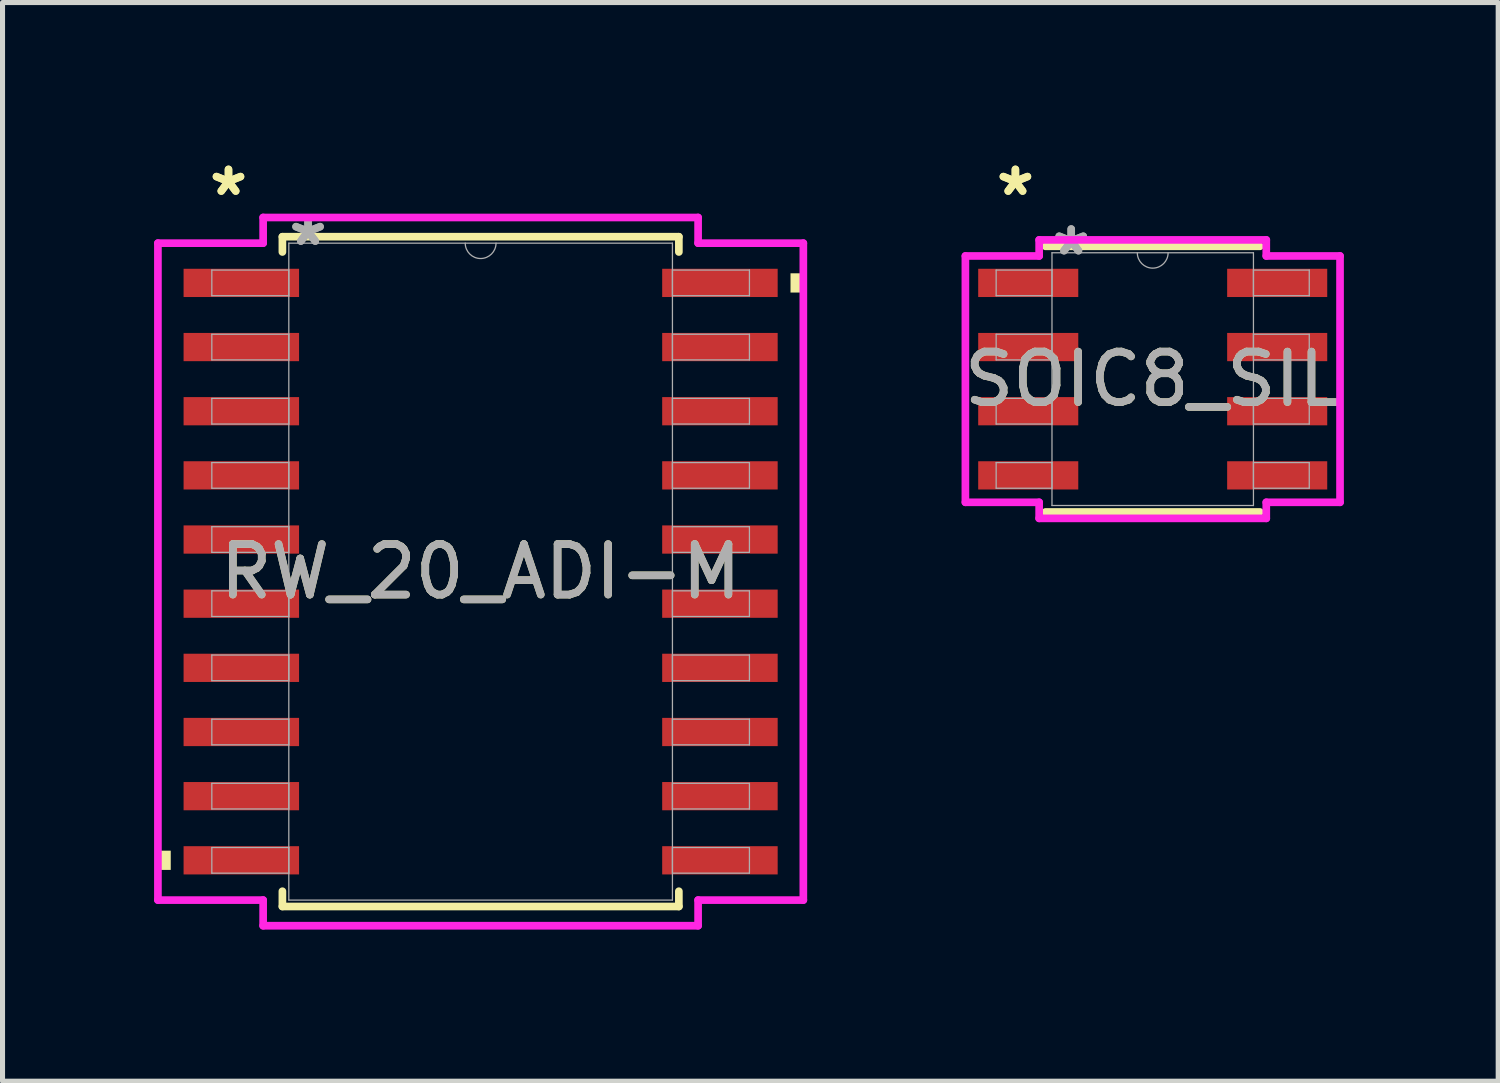
<source format=kicad_pcb>
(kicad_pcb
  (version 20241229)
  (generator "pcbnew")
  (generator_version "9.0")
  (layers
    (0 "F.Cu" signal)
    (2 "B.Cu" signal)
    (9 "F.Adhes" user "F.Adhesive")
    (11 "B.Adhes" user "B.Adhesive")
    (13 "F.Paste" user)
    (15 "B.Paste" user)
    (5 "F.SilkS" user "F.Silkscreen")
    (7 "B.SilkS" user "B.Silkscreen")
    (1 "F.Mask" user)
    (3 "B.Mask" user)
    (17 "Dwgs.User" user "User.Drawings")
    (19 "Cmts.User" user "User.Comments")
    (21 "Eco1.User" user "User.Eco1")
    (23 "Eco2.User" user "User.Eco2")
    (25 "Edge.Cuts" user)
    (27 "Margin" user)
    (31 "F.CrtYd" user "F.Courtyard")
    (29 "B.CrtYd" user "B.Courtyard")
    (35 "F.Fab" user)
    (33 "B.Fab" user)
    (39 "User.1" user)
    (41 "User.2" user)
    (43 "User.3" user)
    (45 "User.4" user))
  (footprint "RW_20_ADI-M"
    (layer "F.Cu")
    (at 6.464 8.265)
    (property "Reference" "RW_20_ADI-M" (at 0 0 0) (unlocked yes) (layer "F.SilkS") (effects (font (size 1 1) (thickness 0.15))))
    (attr smd)
    (fp_line (start -3.924 -6.629) (end -3.924 -6.327) (stroke (width 0.152) (type solid)) (layer "F.SilkS"))
    (fp_line (start -3.924 6.327) (end -3.924 6.629) (stroke (width 0.152) (type solid)) (layer "F.SilkS"))
    (fp_line (start -3.924 6.629) (end 3.924 6.629) (stroke (width 0.152) (type solid)) (layer "F.SilkS"))
    (fp_line (start 3.924 -6.629) (end -3.924 -6.629) (stroke (width 0.152) (type solid)) (layer "F.SilkS"))
    (fp_line (start 3.924 -6.327) (end 3.924 -6.629) (stroke (width 0.152) (type solid)) (layer "F.SilkS"))
    (fp_line (start 3.924 6.629) (end 3.924 6.327) (stroke (width 0.152) (type solid)) (layer "F.SilkS"))
    (fp_poly (pts (xy -6.388 5.524) (xy -6.388 5.905) (xy -6.134 5.905) (xy -6.134 5.524)) (stroke (width 0) (type solid)) (fill yes) (layer "F.SilkS"))
    (fp_poly (pts (xy 6.388 -5.905) (xy 6.388 -5.524) (xy 6.134 -5.524) (xy 6.134 -5.905)) (stroke (width 0) (type solid)) (fill yes) (layer "F.SilkS"))
    (fp_line (start -6.388 -6.502) (end -4.305 -6.502) (stroke (width 0.152) (type solid)) (layer "F.CrtYd"))
    (fp_line (start -6.388 6.502) (end -6.388 -6.502) (stroke (width 0.152) (type solid)) (layer "F.CrtYd"))
    (fp_line (start -6.388 6.502) (end -4.305 6.502) (stroke (width 0.152) (type solid)) (layer "F.CrtYd"))
    (fp_line (start -4.305 -7.01) (end 4.305 -7.01) (stroke (width 0.152) (type solid)) (layer "F.CrtYd"))
    (fp_line (start -4.305 -6.502) (end -4.305 -7.01) (stroke (width 0.152) (type solid)) (layer "F.CrtYd"))
    (fp_line (start -4.305 7.01) (end -4.305 6.502) (stroke (width 0.152) (type solid)) (layer "F.CrtYd"))
    (fp_line (start 4.305 -7.01) (end 4.305 -6.502) (stroke (width 0.152) (type solid)) (layer "F.CrtYd"))
    (fp_line (start 4.305 6.502) (end 4.305 7.01) (stroke (width 0.152) (type solid)) (layer "F.CrtYd"))
    (fp_line (start 4.305 7.01) (end -4.305 7.01) (stroke (width 0.152) (type solid)) (layer "F.CrtYd"))
    (fp_line (start 6.388 -6.502) (end 4.305 -6.502) (stroke (width 0.152) (type solid)) (layer "F.CrtYd"))
    (fp_line (start 6.388 -6.502) (end 6.388 6.502) (stroke (width 0.152) (type solid)) (layer "F.CrtYd"))
    (fp_line (start 6.388 6.502) (end 4.305 6.502) (stroke (width 0.152) (type solid)) (layer "F.CrtYd"))
    (fp_line (start -5.321 -5.969) (end -5.321 -5.461) (stroke (width 0.025) (type solid)) (layer "F.Fab"))
    (fp_line (start -5.321 -5.461) (end -3.797 -5.461) (stroke (width 0.025) (type solid)) (layer "F.Fab"))
    (fp_line (start -5.321 -4.699) (end -5.321 -4.191) (stroke (width 0.025) (type solid)) (layer "F.Fab"))
    (fp_line (start -5.321 -4.191) (end -3.797 -4.191) (stroke (width 0.025) (type solid)) (layer "F.Fab"))
    (fp_line (start -5.321 -3.429) (end -5.321 -2.921) (stroke (width 0.025) (type solid)) (layer "F.Fab"))
    (fp_line (start -5.321 -2.921) (end -3.797 -2.921) (stroke (width 0.025) (type solid)) (layer "F.Fab"))
    (fp_line (start -5.321 -2.159) (end -5.321 -1.651) (stroke (width 0.025) (type solid)) (layer "F.Fab"))
    (fp_line (start -5.321 -1.651) (end -3.797 -1.651) (stroke (width 0.025) (type solid)) (layer "F.Fab"))
    (fp_line (start -5.321 -0.889) (end -5.321 -0.381) (stroke (width 0.025) (type solid)) (layer "F.Fab"))
    (fp_line (start -5.321 -0.381) (end -3.797 -0.381) (stroke (width 0.025) (type solid)) (layer "F.Fab"))
    (fp_line (start -5.321 0.381) (end -5.321 0.889) (stroke (width 0.025) (type solid)) (layer "F.Fab"))
    (fp_line (start -5.321 0.889) (end -3.797 0.889) (stroke (width 0.025) (type solid)) (layer "F.Fab"))
    (fp_line (start -5.321 1.651) (end -5.321 2.159) (stroke (width 0.025) (type solid)) (layer "F.Fab"))
    (fp_line (start -5.321 2.159) (end -3.797 2.159) (stroke (width 0.025) (type solid)) (layer "F.Fab"))
    (fp_line (start -5.321 2.921) (end -5.321 3.429) (stroke (width 0.025) (type solid)) (layer "F.Fab"))
    (fp_line (start -5.321 3.429) (end -3.797 3.429) (stroke (width 0.025) (type solid)) (layer "F.Fab"))
    (fp_line (start -5.321 4.191) (end -5.321 4.699) (stroke (width 0.025) (type solid)) (layer "F.Fab"))
    (fp_line (start -5.321 4.699) (end -3.797 4.699) (stroke (width 0.025) (type solid)) (layer "F.Fab"))
    (fp_line (start -5.321 5.461) (end -5.321 5.969) (stroke (width 0.025) (type solid)) (layer "F.Fab"))
    (fp_line (start -5.321 5.969) (end -3.797 5.969) (stroke (width 0.025) (type solid)) (layer "F.Fab"))
    (fp_line (start -3.797 -6.502) (end -3.797 6.502) (stroke (width 0.025) (type solid)) (layer "F.Fab"))
    (fp_line (start -3.797 -5.969) (end -5.321 -5.969) (stroke (width 0.025) (type solid)) (layer "F.Fab"))
    (fp_line (start -3.797 -5.461) (end -3.797 -5.969) (stroke (width 0.025) (type solid)) (layer "F.Fab"))
    (fp_line (start -3.797 -4.699) (end -5.321 -4.699) (stroke (width 0.025) (type solid)) (layer "F.Fab"))
    (fp_line (start -3.797 -4.191) (end -3.797 -4.699) (stroke (width 0.025) (type solid)) (layer "F.Fab"))
    (fp_line (start -3.797 -3.429) (end -5.321 -3.429) (stroke (width 0.025) (type solid)) (layer "F.Fab"))
    (fp_line (start -3.797 -2.921) (end -3.797 -3.429) (stroke (width 0.025) (type solid)) (layer "F.Fab"))
    (fp_line (start -3.797 -2.159) (end -5.321 -2.159) (stroke (width 0.025) (type solid)) (layer "F.Fab"))
    (fp_line (start -3.797 -1.651) (end -3.797 -2.159) (stroke (width 0.025) (type solid)) (layer "F.Fab"))
    (fp_line (start -3.797 -0.889) (end -5.321 -0.889) (stroke (width 0.025) (type solid)) (layer "F.Fab"))
    (fp_line (start -3.797 -0.381) (end -3.797 -0.889) (stroke (width 0.025) (type solid)) (layer "F.Fab"))
    (fp_line (start -3.797 0.381) (end -5.321 0.381) (stroke (width 0.025) (type solid)) (layer "F.Fab"))
    (fp_line (start -3.797 0.889) (end -3.797 0.381) (stroke (width 0.025) (type solid)) (layer "F.Fab"))
    (fp_line (start -3.797 1.651) (end -5.321 1.651) (stroke (width 0.025) (type solid)) (layer "F.Fab"))
    (fp_line (start -3.797 2.159) (end -3.797 1.651) (stroke (width 0.025) (type solid)) (layer "F.Fab"))
    (fp_line (start -3.797 2.921) (end -5.321 2.921) (stroke (width 0.025) (type solid)) (layer "F.Fab"))
    (fp_line (start -3.797 3.429) (end -3.797 2.921) (stroke (width 0.025) (type solid)) (layer "F.Fab"))
    (fp_line (start -3.797 4.191) (end -5.321 4.191) (stroke (width 0.025) (type solid)) (layer "F.Fab"))
    (fp_line (start -3.797 4.699) (end -3.797 4.191) (stroke (width 0.025) (type solid)) (layer "F.Fab"))
    (fp_line (start -3.797 5.461) (end -5.321 5.461) (stroke (width 0.025) (type solid)) (layer "F.Fab"))
    (fp_line (start -3.797 5.969) (end -3.797 5.461) (stroke (width 0.025) (type solid)) (layer "F.Fab"))
    (fp_line (start -3.797 6.502) (end 3.797 6.502) (stroke (width 0.025) (type solid)) (layer "F.Fab"))
    (fp_line (start 3.797 -6.502) (end -3.797 -6.502) (stroke (width 0.025) (type solid)) (layer "F.Fab"))
    (fp_line (start 3.797 -5.969) (end 3.797 -5.461) (stroke (width 0.025) (type solid)) (layer "F.Fab"))
    (fp_line (start 3.797 -5.461) (end 5.321 -5.461) (stroke (width 0.025) (type solid)) (layer "F.Fab"))
    (fp_line (start 3.797 -4.699) (end 3.797 -4.191) (stroke (width 0.025) (type solid)) (layer "F.Fab"))
    (fp_line (start 3.797 -4.191) (end 5.321 -4.191) (stroke (width 0.025) (type solid)) (layer "F.Fab"))
    (fp_line (start 3.797 -3.429) (end 3.797 -2.921) (stroke (width 0.025) (type solid)) (layer "F.Fab"))
    (fp_line (start 3.797 -2.921) (end 5.321 -2.921) (stroke (width 0.025) (type solid)) (layer "F.Fab"))
    (fp_line (start 3.797 -2.159) (end 3.797 -1.651) (stroke (width 0.025) (type solid)) (layer "F.Fab"))
    (fp_line (start 3.797 -1.651) (end 5.321 -1.651) (stroke (width 0.025) (type solid)) (layer "F.Fab"))
    (fp_line (start 3.797 -0.889) (end 3.797 -0.381) (stroke (width 0.025) (type solid)) (layer "F.Fab"))
    (fp_line (start 3.797 -0.381) (end 5.321 -0.381) (stroke (width 0.025) (type solid)) (layer "F.Fab"))
    (fp_line (start 3.797 0.381) (end 3.797 0.889) (stroke (width 0.025) (type solid)) (layer "F.Fab"))
    (fp_line (start 3.797 0.889) (end 5.321 0.889) (stroke (width 0.025) (type solid)) (layer "F.Fab"))
    (fp_line (start 3.797 1.651) (end 3.797 2.159) (stroke (width 0.025) (type solid)) (layer "F.Fab"))
    (fp_line (start 3.797 2.159) (end 5.321 2.159) (stroke (width 0.025) (type solid)) (layer "F.Fab"))
    (fp_line (start 3.797 2.921) (end 3.797 3.429) (stroke (width 0.025) (type solid)) (layer "F.Fab"))
    (fp_line (start 3.797 3.429) (end 5.321 3.429) (stroke (width 0.025) (type solid)) (layer "F.Fab"))
    (fp_line (start 3.797 4.191) (end 3.797 4.699) (stroke (width 0.025) (type solid)) (layer "F.Fab"))
    (fp_line (start 3.797 4.699) (end 5.321 4.699) (stroke (width 0.025) (type solid)) (layer "F.Fab"))
    (fp_line (start 3.797 5.461) (end 3.797 5.969) (stroke (width 0.025) (type solid)) (layer "F.Fab"))
    (fp_line (start 3.797 5.969) (end 5.321 5.969) (stroke (width 0.025) (type solid)) (layer "F.Fab"))
    (fp_line (start 3.797 6.502) (end 3.797 -6.502) (stroke (width 0.025) (type solid)) (layer "F.Fab"))
    (fp_line (start 5.321 -5.969) (end 3.797 -5.969) (stroke (width 0.025) (type solid)) (layer "F.Fab"))
    (fp_line (start 5.321 -5.461) (end 5.321 -5.969) (stroke (width 0.025) (type solid)) (layer "F.Fab"))
    (fp_line (start 5.321 -4.699) (end 3.797 -4.699) (stroke (width 0.025) (type solid)) (layer "F.Fab"))
    (fp_line (start 5.321 -4.191) (end 5.321 -4.699) (stroke (width 0.025) (type solid)) (layer "F.Fab"))
    (fp_line (start 5.321 -3.429) (end 3.797 -3.429) (stroke (width 0.025) (type solid)) (layer "F.Fab"))
    (fp_line (start 5.321 -2.921) (end 5.321 -3.429) (stroke (width 0.025) (type solid)) (layer "F.Fab"))
    (fp_line (start 5.321 -2.159) (end 3.797 -2.159) (stroke (width 0.025) (type solid)) (layer "F.Fab"))
    (fp_line (start 5.321 -1.651) (end 5.321 -2.159) (stroke (width 0.025) (type solid)) (layer "F.Fab"))
    (fp_line (start 5.321 -0.889) (end 3.797 -0.889) (stroke (width 0.025) (type solid)) (layer "F.Fab"))
    (fp_line (start 5.321 -0.381) (end 5.321 -0.889) (stroke (width 0.025) (type solid)) (layer "F.Fab"))
    (fp_line (start 5.321 0.381) (end 3.797 0.381) (stroke (width 0.025) (type solid)) (layer "F.Fab"))
    (fp_line (start 5.321 0.889) (end 5.321 0.381) (stroke (width 0.025) (type solid)) (layer "F.Fab"))
    (fp_line (start 5.321 1.651) (end 3.797 1.651) (stroke (width 0.025) (type solid)) (layer "F.Fab"))
    (fp_line (start 5.321 2.159) (end 5.321 1.651) (stroke (width 0.025) (type solid)) (layer "F.Fab"))
    (fp_line (start 5.321 2.921) (end 3.797 2.921) (stroke (width 0.025) (type solid)) (layer "F.Fab"))
    (fp_line (start 5.321 3.429) (end 5.321 2.921) (stroke (width 0.025) (type solid)) (layer "F.Fab"))
    (fp_line (start 5.321 4.191) (end 3.797 4.191) (stroke (width 0.025) (type solid)) (layer "F.Fab"))
    (fp_line (start 5.321 4.699) (end 5.321 4.191) (stroke (width 0.025) (type solid)) (layer "F.Fab"))
    (fp_line (start 5.321 5.461) (end 3.797 5.461) (stroke (width 0.025) (type solid)) (layer "F.Fab"))
    (fp_line (start 5.321 5.969) (end 5.321 5.461) (stroke (width 0.025) (type solid)) (layer "F.Fab"))
    (fp_arc (start 0.3048 -6.5024) (mid 0 -6.1976) (end -0.3048 -6.5024) (stroke (width 0.0254) (type solid)) (layer "F.Fab"))
    (fp_text user "*" (at -4.991 -7.417 0) (layer "F.SilkS") (effects (font (size 1 1) (thickness 0.15))))
    (fp_text user "*" (at -4.991 -7.417 0) (unlocked yes) (layer "F.SilkS") (effects (font (size 1 1) (thickness 0.15))))
    (fp_text user "*" (at -3.416 -6.426 0) (layer "F.Fab") (effects (font (size 1 1) (thickness 0.15))))
    (fp_text user "${REFERENCE}" (at 0 0 0) (unlocked yes) (layer "F.Fab") (effects (font (size 1 1) (thickness 0.15))))
    (fp_text user "*" (at -3.416 -6.426 0) (unlocked yes) (layer "F.Fab") (effects (font (size 1 1) (thickness 0.15))))
    (pad "1" smd rect (at -4.737 -5.715) (size 2.286 0.559) (layers "F.Cu" "F.Mask" "F.Paste"))
    (pad "2" smd rect (at -4.737 -4.445) (size 2.286 0.559) (layers "F.Cu" "F.Mask" "F.Paste"))
    (pad "3" smd rect (at -4.737 -3.175) (size 2.286 0.559) (layers "F.Cu" "F.Mask" "F.Paste"))
    (pad "4" smd rect (at -4.737 -1.905) (size 2.286 0.559) (layers "F.Cu" "F.Mask" "F.Paste"))
    (pad "5" smd rect (at -4.737 -0.635) (size 2.286 0.559) (layers "F.Cu" "F.Mask" "F.Paste"))
    (pad "6" smd rect (at -4.737 0.635) (size 2.286 0.559) (layers "F.Cu" "F.Mask" "F.Paste"))
    (pad "7" smd rect (at -4.737 1.905) (size 2.286 0.559) (layers "F.Cu" "F.Mask" "F.Paste"))
    (pad "8" smd rect (at -4.737 3.175) (size 2.286 0.559) (layers "F.Cu" "F.Mask" "F.Paste"))
    (pad "9" smd rect (at -4.737 4.445) (size 2.286 0.559) (layers "F.Cu" "F.Mask" "F.Paste"))
    (pad "10" smd rect (at -4.737 5.715) (size 2.286 0.559) (layers "F.Cu" "F.Mask" "F.Paste"))
    (pad "11" smd rect (at 4.737 5.715) (size 2.286 0.559) (layers "F.Cu" "F.Mask" "F.Paste"))
    (pad "12" smd rect (at 4.737 4.445) (size 2.286 0.559) (layers "F.Cu" "F.Mask" "F.Paste"))
    (pad "13" smd rect (at 4.737 3.175) (size 2.286 0.559) (layers "F.Cu" "F.Mask" "F.Paste"))
    (pad "14" smd rect (at 4.737 1.905) (size 2.286 0.559) (layers "F.Cu" "F.Mask" "F.Paste"))
    (pad "15" smd rect (at 4.737 0.635) (size 2.286 0.559) (layers "F.Cu" "F.Mask" "F.Paste"))
    (pad "16" smd rect (at 4.737 -0.635) (size 2.286 0.559) (layers "F.Cu" "F.Mask" "F.Paste"))
    (pad "17" smd rect (at 4.737 -1.905) (size 2.286 0.559) (layers "F.Cu" "F.Mask" "F.Paste"))
    (pad "18" smd rect (at 4.737 -3.175) (size 2.286 0.559) (layers "F.Cu" "F.Mask" "F.Paste"))
    (pad "19" smd rect (at 4.737 -4.445) (size 2.286 0.559) (layers "F.Cu" "F.Mask" "F.Paste"))
    (pad "20" smd rect (at 4.737 -5.715) (size 2.286 0.559) (layers "F.Cu" "F.Mask" "F.Paste")))
  (footprint "SOIC8_SIL"
    (layer "F.Cu")
    (at 19.768 4.455)
    (property "Reference" "SOIC8_SIL" (at 0 0 0) (unlocked yes) (layer "F.SilkS") (effects (font (size 1 1) (thickness 0.15))))
    (attr smd)
    (fp_line (start -2.121 2.629) (end 2.121 2.629) (stroke (width 0.152) (type solid)) (layer "F.SilkS"))
    (fp_line (start 2.121 -2.629) (end -2.121 -2.629) (stroke (width 0.152) (type solid)) (layer "F.SilkS"))
    (fp_line (start -3.708 -2.438) (end -2.248 -2.438) (stroke (width 0.152) (type solid)) (layer "F.CrtYd"))
    (fp_line (start -3.708 2.438) (end -3.708 -2.438) (stroke (width 0.152) (type solid)) (layer "F.CrtYd"))
    (fp_line (start -3.708 2.438) (end -2.248 2.438) (stroke (width 0.152) (type solid)) (layer "F.CrtYd"))
    (fp_line (start -2.248 -2.756) (end 2.248 -2.756) (stroke (width 0.152) (type solid)) (layer "F.CrtYd"))
    (fp_line (start -2.248 -2.438) (end -2.248 -2.756) (stroke (width 0.152) (type solid)) (layer "F.CrtYd"))
    (fp_line (start -2.248 2.756) (end -2.248 2.438) (stroke (width 0.152) (type solid)) (layer "F.CrtYd"))
    (fp_line (start 2.248 -2.756) (end 2.248 -2.438) (stroke (width 0.152) (type solid)) (layer "F.CrtYd"))
    (fp_line (start 2.248 2.438) (end 2.248 2.756) (stroke (width 0.152) (type solid)) (layer "F.CrtYd"))
    (fp_line (start 2.248 2.756) (end -2.248 2.756) (stroke (width 0.152) (type solid)) (layer "F.CrtYd"))
    (fp_line (start 3.708 -2.438) (end 2.248 -2.438) (stroke (width 0.152) (type solid)) (layer "F.CrtYd"))
    (fp_line (start 3.708 -2.438) (end 3.708 2.438) (stroke (width 0.152) (type solid)) (layer "F.CrtYd"))
    (fp_line (start 3.708 2.438) (end 2.248 2.438) (stroke (width 0.152) (type solid)) (layer "F.CrtYd"))
    (fp_line (start -3.099 -2.159) (end -3.099 -1.651) (stroke (width 0.025) (type solid)) (layer "F.Fab"))
    (fp_line (start -3.099 -1.651) (end -1.994 -1.651) (stroke (width 0.025) (type solid)) (layer "F.Fab"))
    (fp_line (start -3.099 -0.889) (end -3.099 -0.381) (stroke (width 0.025) (type solid)) (layer "F.Fab"))
    (fp_line (start -3.099 -0.381) (end -1.994 -0.381) (stroke (width 0.025) (type solid)) (layer "F.Fab"))
    (fp_line (start -3.099 0.381) (end -3.099 0.889) (stroke (width 0.025) (type solid)) (layer "F.Fab"))
    (fp_line (start -3.099 0.889) (end -1.994 0.889) (stroke (width 0.025) (type solid)) (layer "F.Fab"))
    (fp_line (start -3.099 1.651) (end -3.099 2.159) (stroke (width 0.025) (type solid)) (layer "F.Fab"))
    (fp_line (start -3.099 2.159) (end -1.994 2.159) (stroke (width 0.025) (type solid)) (layer "F.Fab"))
    (fp_line (start -1.994 -2.502) (end -1.994 2.502) (stroke (width 0.025) (type solid)) (layer "F.Fab"))
    (fp_line (start -1.994 -2.159) (end -3.099 -2.159) (stroke (width 0.025) (type solid)) (layer "F.Fab"))
    (fp_line (start -1.994 -1.651) (end -1.994 -2.159) (stroke (width 0.025) (type solid)) (layer "F.Fab"))
    (fp_line (start -1.994 -0.889) (end -3.099 -0.889) (stroke (width 0.025) (type solid)) (layer "F.Fab"))
    (fp_line (start -1.994 -0.381) (end -1.994 -0.889) (stroke (width 0.025) (type solid)) (layer "F.Fab"))
    (fp_line (start -1.994 0.381) (end -3.099 0.381) (stroke (width 0.025) (type solid)) (layer "F.Fab"))
    (fp_line (start -1.994 0.889) (end -1.994 0.381) (stroke (width 0.025) (type solid)) (layer "F.Fab"))
    (fp_line (start -1.994 1.651) (end -3.099 1.651) (stroke (width 0.025) (type solid)) (layer "F.Fab"))
    (fp_line (start -1.994 2.159) (end -1.994 1.651) (stroke (width 0.025) (type solid)) (layer "F.Fab"))
    (fp_line (start -1.994 2.502) (end 1.994 2.502) (stroke (width 0.025) (type solid)) (layer "F.Fab"))
    (fp_line (start 1.994 -2.502) (end -1.994 -2.502) (stroke (width 0.025) (type solid)) (layer "F.Fab"))
    (fp_line (start 1.994 -2.159) (end 1.994 -1.651) (stroke (width 0.025) (type solid)) (layer "F.Fab"))
    (fp_line (start 1.994 -1.651) (end 3.099 -1.651) (stroke (width 0.025) (type solid)) (layer "F.Fab"))
    (fp_line (start 1.994 -0.889) (end 1.994 -0.381) (stroke (width 0.025) (type solid)) (layer "F.Fab"))
    (fp_line (start 1.994 -0.381) (end 3.099 -0.381) (stroke (width 0.025) (type solid)) (layer "F.Fab"))
    (fp_line (start 1.994 0.381) (end 1.994 0.889) (stroke (width 0.025) (type solid)) (layer "F.Fab"))
    (fp_line (start 1.994 0.889) (end 3.099 0.889) (stroke (width 0.025) (type solid)) (layer "F.Fab"))
    (fp_line (start 1.994 1.651) (end 1.994 2.159) (stroke (width 0.025) (type solid)) (layer "F.Fab"))
    (fp_line (start 1.994 2.159) (end 3.099 2.159) (stroke (width 0.025) (type solid)) (layer "F.Fab"))
    (fp_line (start 1.994 2.502) (end 1.994 -2.502) (stroke (width 0.025) (type solid)) (layer "F.Fab"))
    (fp_line (start 3.099 -2.159) (end 1.994 -2.159) (stroke (width 0.025) (type solid)) (layer "F.Fab"))
    (fp_line (start 3.099 -1.651) (end 3.099 -2.159) (stroke (width 0.025) (type solid)) (layer "F.Fab"))
    (fp_line (start 3.099 -0.889) (end 1.994 -0.889) (stroke (width 0.025) (type solid)) (layer "F.Fab"))
    (fp_line (start 3.099 -0.381) (end 3.099 -0.889) (stroke (width 0.025) (type solid)) (layer "F.Fab"))
    (fp_line (start 3.099 0.381) (end 1.994 0.381) (stroke (width 0.025) (type solid)) (layer "F.Fab"))
    (fp_line (start 3.099 0.889) (end 3.099 0.381) (stroke (width 0.025) (type solid)) (layer "F.Fab"))
    (fp_line (start 3.099 1.651) (end 1.994 1.651) (stroke (width 0.025) (type solid)) (layer "F.Fab"))
    (fp_line (start 3.099 2.159) (end 3.099 1.651) (stroke (width 0.025) (type solid)) (layer "F.Fab"))
    (fp_arc (start 0.3048 -2.5019) (mid 0 -2.1971) (end -0.3048 -2.5019) (stroke (width 0.0254) (type solid)) (layer "F.Fab"))
    (fp_text user "*" (at -2.718 -3.607 0) (layer "F.SilkS") (effects (font (size 1 1) (thickness 0.15))))
    (fp_text user "*" (at -2.718 -3.607 0) (unlocked yes) (layer "F.SilkS") (effects (font (size 1 1) (thickness 0.15))))
    (fp_text user "*" (at -1.613 -2.426 0) (unlocked yes) (layer "F.Fab") (effects (font (size 1 1) (thickness 0.15))))
    (fp_text user "*" (at -1.613 -2.426 0) (layer "F.Fab") (effects (font (size 1 1) (thickness 0.15))))
    (fp_text user "${REFERENCE}" (at 0 0 0) (unlocked yes) (layer "F.Fab") (effects (font (size 1 1) (thickness 0.15))))
    (pad "1" smd rect (at -2.464 -1.905) (size 1.981 0.559) (layers "F.Cu" "F.Mask" "F.Paste"))
    (pad "2" smd rect (at -2.464 -0.635) (size 1.981 0.559) (layers "F.Cu" "F.Mask" "F.Paste"))
    (pad "3" smd rect (at -2.464 0.635) (size 1.981 0.559) (layers "F.Cu" "F.Mask" "F.Paste"))
    (pad "4" smd rect (at -2.464 1.905) (size 1.981 0.559) (layers "F.Cu" "F.Mask" "F.Paste"))
    (pad "5" smd rect (at 2.464 1.905) (size 1.981 0.559) (layers "F.Cu" "F.Mask" "F.Paste"))
    (pad "6" smd rect (at 2.464 0.635) (size 1.981 0.559) (layers "F.Cu" "F.Mask" "F.Paste"))
    (pad "7" smd rect (at 2.464 -0.635) (size 1.981 0.559) (layers "F.Cu" "F.Mask" "F.Paste"))
    (pad "8" smd rect (at 2.464 -1.905) (size 1.981 0.559) (layers "F.Cu" "F.Mask" "F.Paste")))
  (gr_rect
    (start -3 -3)
    (end 26.607 18.352)
    (stroke (width 0.1) (type default))
    (fill no)
    (layer "Edge.Cuts")))
</source>
